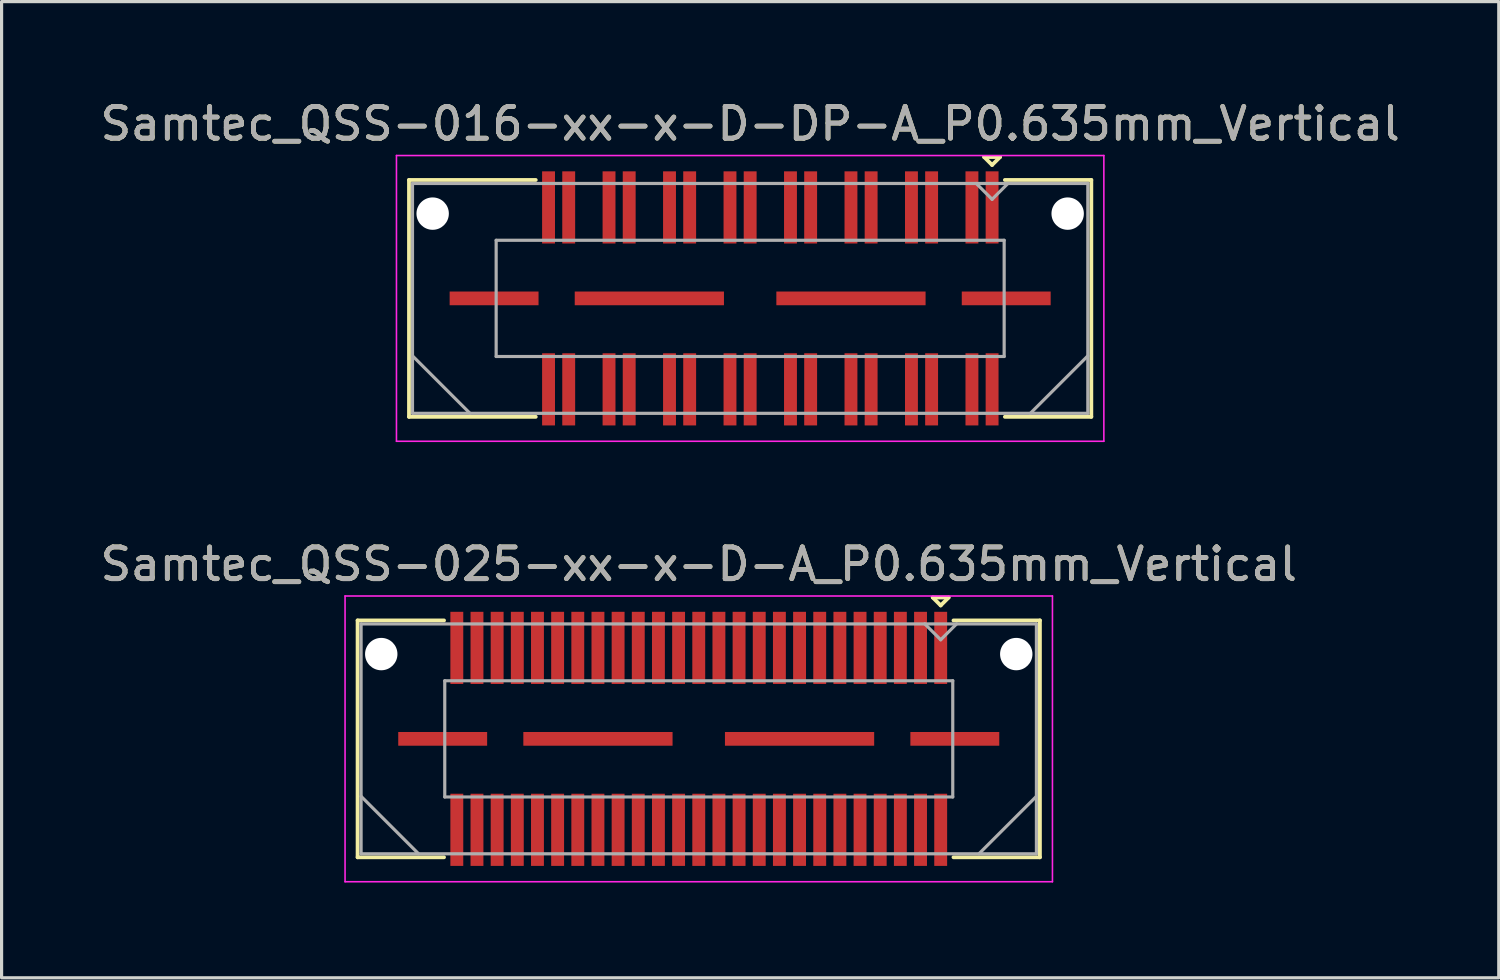
<source format=kicad_pcb>
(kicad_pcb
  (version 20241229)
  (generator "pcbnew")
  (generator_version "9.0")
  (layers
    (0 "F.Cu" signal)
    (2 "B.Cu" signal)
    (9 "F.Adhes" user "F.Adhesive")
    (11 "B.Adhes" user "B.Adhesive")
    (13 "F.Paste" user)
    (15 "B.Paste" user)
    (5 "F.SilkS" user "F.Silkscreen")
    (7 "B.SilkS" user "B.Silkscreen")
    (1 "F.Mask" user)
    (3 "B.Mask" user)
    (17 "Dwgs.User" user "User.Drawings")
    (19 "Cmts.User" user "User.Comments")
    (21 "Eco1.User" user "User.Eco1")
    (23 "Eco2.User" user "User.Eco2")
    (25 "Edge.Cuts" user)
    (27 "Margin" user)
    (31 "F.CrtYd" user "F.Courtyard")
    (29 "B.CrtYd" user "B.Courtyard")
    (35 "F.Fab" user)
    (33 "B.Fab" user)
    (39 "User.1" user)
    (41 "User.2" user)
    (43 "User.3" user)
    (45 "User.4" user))
  (footprint "Samtec_QSS-025-xx-x-D-A_P0.635mm_Vertical"
    (layer "F.Cu")
    (at 18.958 20.221)
    (property "Reference" "Samtec_QSS-025-xx-x-D-A_P0.635mm_Vertical" (at 0 -5.5 0) (layer "F.SilkS") (effects (font (size 1 1) (thickness 0.15))))
    (attr smd)
    (fp_line (start -10.745 -3.73) (end -8.023 -3.73) (stroke (width 0.12) (type solid)) (layer "F.SilkS"))
    (fp_line (start -10.745 3.73) (end -10.745 -3.73) (stroke (width 0.12) (type solid)) (layer "F.SilkS"))
    (fp_line (start -8.023 3.73) (end -10.745 3.73) (stroke (width 0.12) (type solid)) (layer "F.SilkS"))
    (fp_line (start 7.37 -4.452) (end 7.87 -4.452) (stroke (width 0.12) (type solid)) (layer "F.SilkS"))
    (fp_line (start 7.62 -4.202) (end 7.37 -4.452) (stroke (width 0.12) (type solid)) (layer "F.SilkS"))
    (fp_line (start 7.87 -4.452) (end 7.62 -4.202) (stroke (width 0.12) (type solid)) (layer "F.SilkS"))
    (fp_line (start 8.023 3.73) (end 10.745 3.73) (stroke (width 0.12) (type solid)) (layer "F.SilkS"))
    (fp_line (start 10.745 -3.73) (end 8.023 -3.73) (stroke (width 0.12) (type solid)) (layer "F.SilkS"))
    (fp_line (start 10.745 3.73) (end 10.745 -3.73) (stroke (width 0.12) (type solid)) (layer "F.SilkS"))
    (fp_line (start -11.14 -4.5) (end -11.14 4.5) (stroke (width 0.05) (type solid)) (layer "F.CrtYd"))
    (fp_line (start -11.14 4.5) (end 11.14 4.5) (stroke (width 0.05) (type solid)) (layer "F.CrtYd"))
    (fp_line (start 11.14 -4.5) (end -11.14 -4.5) (stroke (width 0.05) (type solid)) (layer "F.CrtYd"))
    (fp_line (start 11.14 4.5) (end 11.14 -4.5) (stroke (width 0.05) (type solid)) (layer "F.CrtYd"))
    (fp_line (start -10.635 -3.62) (end -10.635 3.62) (stroke (width 0.1) (type solid)) (layer "F.Fab"))
    (fp_line (start -10.635 1.81) (end -8.825 3.62) (stroke (width 0.1) (type solid)) (layer "F.Fab"))
    (fp_line (start -10.635 3.62) (end 10.635 3.62) (stroke (width 0.1) (type solid)) (layer "F.Fab"))
    (fp_line (start -8 -1.83) (end -8 1.83) (stroke (width 0.1) (type solid)) (layer "F.Fab"))
    (fp_line (start -8 1.83) (end 8 1.83) (stroke (width 0.1) (type solid)) (layer "F.Fab"))
    (fp_line (start 7.62 -3.12) (end 7.12 -3.62) (stroke (width 0.1) (type solid)) (layer "F.Fab"))
    (fp_line (start 8 -1.83) (end -8 -1.83) (stroke (width 0.1) (type solid)) (layer "F.Fab"))
    (fp_line (start 8 1.83) (end 8 -1.83) (stroke (width 0.1) (type solid)) (layer "F.Fab"))
    (fp_line (start 8.12 -3.62) (end 7.62 -3.12) (stroke (width 0.1) (type solid)) (layer "F.Fab"))
    (fp_line (start 10.635 -3.62) (end -10.635 -3.62) (stroke (width 0.1) (type solid)) (layer "F.Fab"))
    (fp_line (start 10.635 1.81) (end 8.825 3.62) (stroke (width 0.1) (type solid)) (layer "F.Fab"))
    (fp_line (start 10.635 3.62) (end 10.635 -3.62) (stroke (width 0.1) (type solid)) (layer "F.Fab"))
    (fp_text user "${REFERENCE}" (at 0 -5.5 0) (layer "F.Fab") (effects (font (size 1 1) (thickness 0.15))))
    (pad "" np_thru_hole circle (at -10 -2.67) (size 1.02 1.02) (drill 1.02) (layers "*.Cu" "*.Mask"))
    (pad "" np_thru_hole circle (at 10 -2.67) (size 1.02 1.02) (drill 1.02) (layers "*.Cu" "*.Mask"))
    (pad "1" smd rect (at 7.62 -2.865) (size 0.406 2.273) (layers "F.Cu" "F.Mask" "F.Paste"))
    (pad "2" smd rect (at 7.62 2.865) (size 0.406 2.273) (layers "F.Cu" "F.Mask" "F.Paste"))
    (pad "3" smd rect (at 6.985 -2.865) (size 0.406 2.273) (layers "F.Cu" "F.Mask" "F.Paste"))
    (pad "4" smd rect (at 6.985 2.865) (size 0.406 2.273) (layers "F.Cu" "F.Mask" "F.Paste"))
    (pad "5" smd rect (at 6.35 -2.865) (size 0.406 2.273) (layers "F.Cu" "F.Mask" "F.Paste"))
    (pad "6" smd rect (at 6.35 2.865) (size 0.406 2.273) (layers "F.Cu" "F.Mask" "F.Paste"))
    (pad "7" smd rect (at 5.715 -2.865) (size 0.406 2.273) (layers "F.Cu" "F.Mask" "F.Paste"))
    (pad "8" smd rect (at 5.715 2.865) (size 0.406 2.273) (layers "F.Cu" "F.Mask" "F.Paste"))
    (pad "9" smd rect (at 5.08 -2.865) (size 0.406 2.273) (layers "F.Cu" "F.Mask" "F.Paste"))
    (pad "10" smd rect (at 5.08 2.865) (size 0.406 2.273) (layers "F.Cu" "F.Mask" "F.Paste"))
    (pad "11" smd rect (at 4.445 -2.865) (size 0.406 2.273) (layers "F.Cu" "F.Mask" "F.Paste"))
    (pad "12" smd rect (at 4.445 2.865) (size 0.406 2.273) (layers "F.Cu" "F.Mask" "F.Paste"))
    (pad "13" smd rect (at 3.81 -2.865) (size 0.406 2.273) (layers "F.Cu" "F.Mask" "F.Paste"))
    (pad "14" smd rect (at 3.81 2.865) (size 0.406 2.273) (layers "F.Cu" "F.Mask" "F.Paste"))
    (pad "15" smd rect (at 3.175 -2.865) (size 0.406 2.273) (layers "F.Cu" "F.Mask" "F.Paste"))
    (pad "16" smd rect (at 3.175 2.865) (size 0.406 2.273) (layers "F.Cu" "F.Mask" "F.Paste"))
    (pad "17" smd rect (at 2.54 -2.865) (size 0.406 2.273) (layers "F.Cu" "F.Mask" "F.Paste"))
    (pad "18" smd rect (at 2.54 2.865) (size 0.406 2.273) (layers "F.Cu" "F.Mask" "F.Paste"))
    (pad "19" smd rect (at 1.905 -2.865) (size 0.406 2.273) (layers "F.Cu" "F.Mask" "F.Paste"))
    (pad "20" smd rect (at 1.905 2.865) (size 0.406 2.273) (layers "F.Cu" "F.Mask" "F.Paste"))
    (pad "21" smd rect (at 1.27 -2.865) (size 0.406 2.273) (layers "F.Cu" "F.Mask" "F.Paste"))
    (pad "22" smd rect (at 1.27 2.865) (size 0.406 2.273) (layers "F.Cu" "F.Mask" "F.Paste"))
    (pad "23" smd rect (at 0.635 -2.865) (size 0.406 2.273) (layers "F.Cu" "F.Mask" "F.Paste"))
    (pad "24" smd rect (at 0.635 2.865) (size 0.406 2.273) (layers "F.Cu" "F.Mask" "F.Paste"))
    (pad "25" smd rect (at 0 -2.865) (size 0.406 2.273) (layers "F.Cu" "F.Mask" "F.Paste"))
    (pad "26" smd rect (at 0 2.865) (size 0.406 2.273) (layers "F.Cu" "F.Mask" "F.Paste"))
    (pad "27" smd rect (at -0.635 -2.865) (size 0.406 2.273) (layers "F.Cu" "F.Mask" "F.Paste"))
    (pad "28" smd rect (at -0.635 2.865) (size 0.406 2.273) (layers "F.Cu" "F.Mask" "F.Paste"))
    (pad "29" smd rect (at -1.27 -2.865) (size 0.406 2.273) (layers "F.Cu" "F.Mask" "F.Paste"))
    (pad "30" smd rect (at -1.27 2.865) (size 0.406 2.273) (layers "F.Cu" "F.Mask" "F.Paste"))
    (pad "31" smd rect (at -1.905 -2.865) (size 0.406 2.273) (layers "F.Cu" "F.Mask" "F.Paste"))
    (pad "32" smd rect (at -1.905 2.865) (size 0.406 2.273) (layers "F.Cu" "F.Mask" "F.Paste"))
    (pad "33" smd rect (at -2.54 -2.865) (size 0.406 2.273) (layers "F.Cu" "F.Mask" "F.Paste"))
    (pad "34" smd rect (at -2.54 2.865) (size 0.406 2.273) (layers "F.Cu" "F.Mask" "F.Paste"))
    (pad "35" smd rect (at -3.175 -2.865) (size 0.406 2.273) (layers "F.Cu" "F.Mask" "F.Paste"))
    (pad "36" smd rect (at -3.175 2.865) (size 0.406 2.273) (layers "F.Cu" "F.Mask" "F.Paste"))
    (pad "37" smd rect (at -3.81 -2.865) (size 0.406 2.273) (layers "F.Cu" "F.Mask" "F.Paste"))
    (pad "38" smd rect (at -3.81 2.865) (size 0.406 2.273) (layers "F.Cu" "F.Mask" "F.Paste"))
    (pad "39" smd rect (at -4.445 -2.865) (size 0.406 2.273) (layers "F.Cu" "F.Mask" "F.Paste"))
    (pad "40" smd rect (at -4.445 2.865) (size 0.406 2.273) (layers "F.Cu" "F.Mask" "F.Paste"))
    (pad "41" smd rect (at -5.08 -2.865) (size 0.406 2.273) (layers "F.Cu" "F.Mask" "F.Paste"))
    (pad "42" smd rect (at -5.08 2.865) (size 0.406 2.273) (layers "F.Cu" "F.Mask" "F.Paste"))
    (pad "43" smd rect (at -5.715 -2.865) (size 0.406 2.273) (layers "F.Cu" "F.Mask" "F.Paste"))
    (pad "44" smd rect (at -5.715 2.865) (size 0.406 2.273) (layers "F.Cu" "F.Mask" "F.Paste"))
    (pad "45" smd rect (at -6.35 -2.865) (size 0.406 2.273) (layers "F.Cu" "F.Mask" "F.Paste"))
    (pad "46" smd rect (at -6.35 2.865) (size 0.406 2.273) (layers "F.Cu" "F.Mask" "F.Paste"))
    (pad "47" smd rect (at -6.985 -2.865) (size 0.406 2.273) (layers "F.Cu" "F.Mask" "F.Paste"))
    (pad "48" smd rect (at -6.985 2.865) (size 0.406 2.273) (layers "F.Cu" "F.Mask" "F.Paste"))
    (pad "49" smd rect (at -7.62 -2.865) (size 0.406 2.273) (layers "F.Cu" "F.Mask" "F.Paste"))
    (pad "50" smd rect (at -7.62 2.865) (size 0.406 2.273) (layers "F.Cu" "F.Mask" "F.Paste"))
    (pad "P1" smd rect (at -8.065 0) (size 2.8 0.432) (layers "F.Cu" "F.Mask" "F.Paste"))
    (pad "P1" smd rect (at -3.175 0) (size 4.7 0.432) (layers "F.Cu" "F.Mask" "F.Paste"))
    (pad "P1" smd rect (at 3.175 0) (size 4.7 0.432) (layers "F.Cu" "F.Mask" "F.Paste"))
    (pad "P1" smd rect (at 8.065 0) (size 2.8 0.432) (layers "F.Cu" "F.Mask" "F.Paste")))
  (footprint "Samtec_QSS-016-xx-x-D-DP-A_P0.635mm_Vertical"
    (layer "F.Cu")
    (at 20.577 6.348)
    (property "Reference" "Samtec_QSS-016-xx-x-D-DP-A_P0.635mm_Vertical" (at 0 -5.5 0) (layer "F.SilkS") (effects (font (size 1 1) (thickness 0.15))))
    (attr smd)
    (fp_line (start -10.745 -3.73) (end -6.753 -3.73) (stroke (width 0.12) (type solid)) (layer "F.SilkS"))
    (fp_line (start -10.745 3.73) (end -10.745 -3.73) (stroke (width 0.12) (type solid)) (layer "F.SilkS"))
    (fp_line (start -6.753 3.73) (end -10.745 3.73) (stroke (width 0.12) (type solid)) (layer "F.SilkS"))
    (fp_line (start 7.37 -4.452) (end 7.87 -4.452) (stroke (width 0.12) (type solid)) (layer "F.SilkS"))
    (fp_line (start 7.62 -4.202) (end 7.37 -4.452) (stroke (width 0.12) (type solid)) (layer "F.SilkS"))
    (fp_line (start 7.87 -4.452) (end 7.62 -4.202) (stroke (width 0.12) (type solid)) (layer "F.SilkS"))
    (fp_line (start 8.023 3.73) (end 10.745 3.73) (stroke (width 0.12) (type solid)) (layer "F.SilkS"))
    (fp_line (start 10.745 -3.73) (end 8.023 -3.73) (stroke (width 0.12) (type solid)) (layer "F.SilkS"))
    (fp_line (start 10.745 3.73) (end 10.745 -3.73) (stroke (width 0.12) (type solid)) (layer "F.SilkS"))
    (fp_line (start -11.14 -4.5) (end -11.14 4.5) (stroke (width 0.05) (type solid)) (layer "F.CrtYd"))
    (fp_line (start -11.14 4.5) (end 11.14 4.5) (stroke (width 0.05) (type solid)) (layer "F.CrtYd"))
    (fp_line (start 11.14 -4.5) (end -11.14 -4.5) (stroke (width 0.05) (type solid)) (layer "F.CrtYd"))
    (fp_line (start 11.14 4.5) (end 11.14 -4.5) (stroke (width 0.05) (type solid)) (layer "F.CrtYd"))
    (fp_line (start -10.635 -3.62) (end -10.635 3.62) (stroke (width 0.1) (type solid)) (layer "F.Fab"))
    (fp_line (start -10.635 1.81) (end -8.825 3.62) (stroke (width 0.1) (type solid)) (layer "F.Fab"))
    (fp_line (start -10.635 3.62) (end 10.635 3.62) (stroke (width 0.1) (type solid)) (layer "F.Fab"))
    (fp_line (start -8 -1.83) (end -8 1.83) (stroke (width 0.1) (type solid)) (layer "F.Fab"))
    (fp_line (start -8 1.83) (end 8 1.83) (stroke (width 0.1) (type solid)) (layer "F.Fab"))
    (fp_line (start 7.62 -3.12) (end 7.12 -3.62) (stroke (width 0.1) (type solid)) (layer "F.Fab"))
    (fp_line (start 8 -1.83) (end -8 -1.83) (stroke (width 0.1) (type solid)) (layer "F.Fab"))
    (fp_line (start 8 1.83) (end 8 -1.83) (stroke (width 0.1) (type solid)) (layer "F.Fab"))
    (fp_line (start 8.12 -3.62) (end 7.62 -3.12) (stroke (width 0.1) (type solid)) (layer "F.Fab"))
    (fp_line (start 10.635 -3.62) (end -10.635 -3.62) (stroke (width 0.1) (type solid)) (layer "F.Fab"))
    (fp_line (start 10.635 1.81) (end 8.825 3.62) (stroke (width 0.1) (type solid)) (layer "F.Fab"))
    (fp_line (start 10.635 3.62) (end 10.635 -3.62) (stroke (width 0.1) (type solid)) (layer "F.Fab"))
    (fp_text user "${REFERENCE}" (at 0 -5.5 0) (layer "F.Fab") (effects (font (size 1 1) (thickness 0.15))))
    (pad "" np_thru_hole circle (at -10 -2.67) (size 1.02 1.02) (drill 1.02) (layers "*.Cu" "*.Mask"))
    (pad "" np_thru_hole circle (at 10 -2.67) (size 1.02 1.02) (drill 1.02) (layers "*.Cu" "*.Mask"))
    (pad "1" smd rect (at 7.62 -2.865) (size 0.406 2.273) (layers "F.Cu" "F.Mask" "F.Paste"))
    (pad "2" smd rect (at 7.62 2.865) (size 0.406 2.273) (layers "F.Cu" "F.Mask" "F.Paste"))
    (pad "3" smd rect (at 6.985 -2.865) (size 0.406 2.273) (layers "F.Cu" "F.Mask" "F.Paste"))
    (pad "4" smd rect (at 6.985 2.865) (size 0.406 2.273) (layers "F.Cu" "F.Mask" "F.Paste"))
    (pad "5" smd rect (at 5.715 -2.865) (size 0.406 2.273) (layers "F.Cu" "F.Mask" "F.Paste"))
    (pad "6" smd rect (at 5.715 2.865) (size 0.406 2.273) (layers "F.Cu" "F.Mask" "F.Paste"))
    (pad "7" smd rect (at 5.08 -2.865) (size 0.406 2.273) (layers "F.Cu" "F.Mask" "F.Paste"))
    (pad "8" smd rect (at 5.08 2.865) (size 0.406 2.273) (layers "F.Cu" "F.Mask" "F.Paste"))
    (pad "9" smd rect (at 3.81 -2.865) (size 0.406 2.273) (layers "F.Cu" "F.Mask" "F.Paste"))
    (pad "10" smd rect (at 3.81 2.865) (size 0.406 2.273) (layers "F.Cu" "F.Mask" "F.Paste"))
    (pad "11" smd rect (at 3.175 -2.865) (size 0.406 2.273) (layers "F.Cu" "F.Mask" "F.Paste"))
    (pad "12" smd rect (at 3.175 2.865) (size 0.406 2.273) (layers "F.Cu" "F.Mask" "F.Paste"))
    (pad "13" smd rect (at 1.905 -2.865) (size 0.406 2.273) (layers "F.Cu" "F.Mask" "F.Paste"))
    (pad "14" smd rect (at 1.905 2.865) (size 0.406 2.273) (layers "F.Cu" "F.Mask" "F.Paste"))
    (pad "15" smd rect (at 1.27 -2.865) (size 0.406 2.273) (layers "F.Cu" "F.Mask" "F.Paste"))
    (pad "16" smd rect (at 1.27 2.865) (size 0.406 2.273) (layers "F.Cu" "F.Mask" "F.Paste"))
    (pad "17" smd rect (at 0 -2.865) (size 0.406 2.273) (layers "F.Cu" "F.Mask" "F.Paste"))
    (pad "18" smd rect (at 0 2.865) (size 0.406 2.273) (layers "F.Cu" "F.Mask" "F.Paste"))
    (pad "19" smd rect (at -0.635 -2.865) (size 0.406 2.273) (layers "F.Cu" "F.Mask" "F.Paste"))
    (pad "20" smd rect (at -0.635 2.865) (size 0.406 2.273) (layers "F.Cu" "F.Mask" "F.Paste"))
    (pad "21" smd rect (at -1.905 -2.865) (size 0.406 2.273) (layers "F.Cu" "F.Mask" "F.Paste"))
    (pad "22" smd rect (at -1.905 2.865) (size 0.406 2.273) (layers "F.Cu" "F.Mask" "F.Paste"))
    (pad "23" smd rect (at -2.54 -2.865) (size 0.406 2.273) (layers "F.Cu" "F.Mask" "F.Paste"))
    (pad "24" smd rect (at -2.54 2.865) (size 0.406 2.273) (layers "F.Cu" "F.Mask" "F.Paste"))
    (pad "25" smd rect (at -3.81 -2.865) (size 0.406 2.273) (layers "F.Cu" "F.Mask" "F.Paste"))
    (pad "26" smd rect (at -3.81 2.865) (size 0.406 2.273) (layers "F.Cu" "F.Mask" "F.Paste"))
    (pad "27" smd rect (at -4.445 -2.865) (size 0.406 2.273) (layers "F.Cu" "F.Mask" "F.Paste"))
    (pad "28" smd rect (at -4.445 2.865) (size 0.406 2.273) (layers "F.Cu" "F.Mask" "F.Paste"))
    (pad "29" smd rect (at -5.715 -2.865) (size 0.406 2.273) (layers "F.Cu" "F.Mask" "F.Paste"))
    (pad "30" smd rect (at -5.715 2.865) (size 0.406 2.273) (layers "F.Cu" "F.Mask" "F.Paste"))
    (pad "31" smd rect (at -6.35 -2.865) (size 0.406 2.273) (layers "F.Cu" "F.Mask" "F.Paste"))
    (pad "32" smd rect (at -6.35 2.865) (size 0.406 2.273) (layers "F.Cu" "F.Mask" "F.Paste"))
    (pad "P1" smd rect (at -8.065 0) (size 2.8 0.432) (layers "F.Cu" "F.Mask" "F.Paste"))
    (pad "P1" smd rect (at -3.175 0) (size 4.7 0.432) (layers "F.Cu" "F.Mask" "F.Paste"))
    (pad "P1" smd rect (at 3.175 0) (size 4.7 0.432) (layers "F.Cu" "F.Mask" "F.Paste"))
    (pad "P1" smd rect (at 8.065 0) (size 2.8 0.432) (layers "F.Cu" "F.Mask" "F.Paste")))
  (gr_rect
    (start -3 -3)
    (end 44.155 27.747)
    (stroke (width 0.1) (type default))
    (fill no)
    (layer "Edge.Cuts")))
</source>
